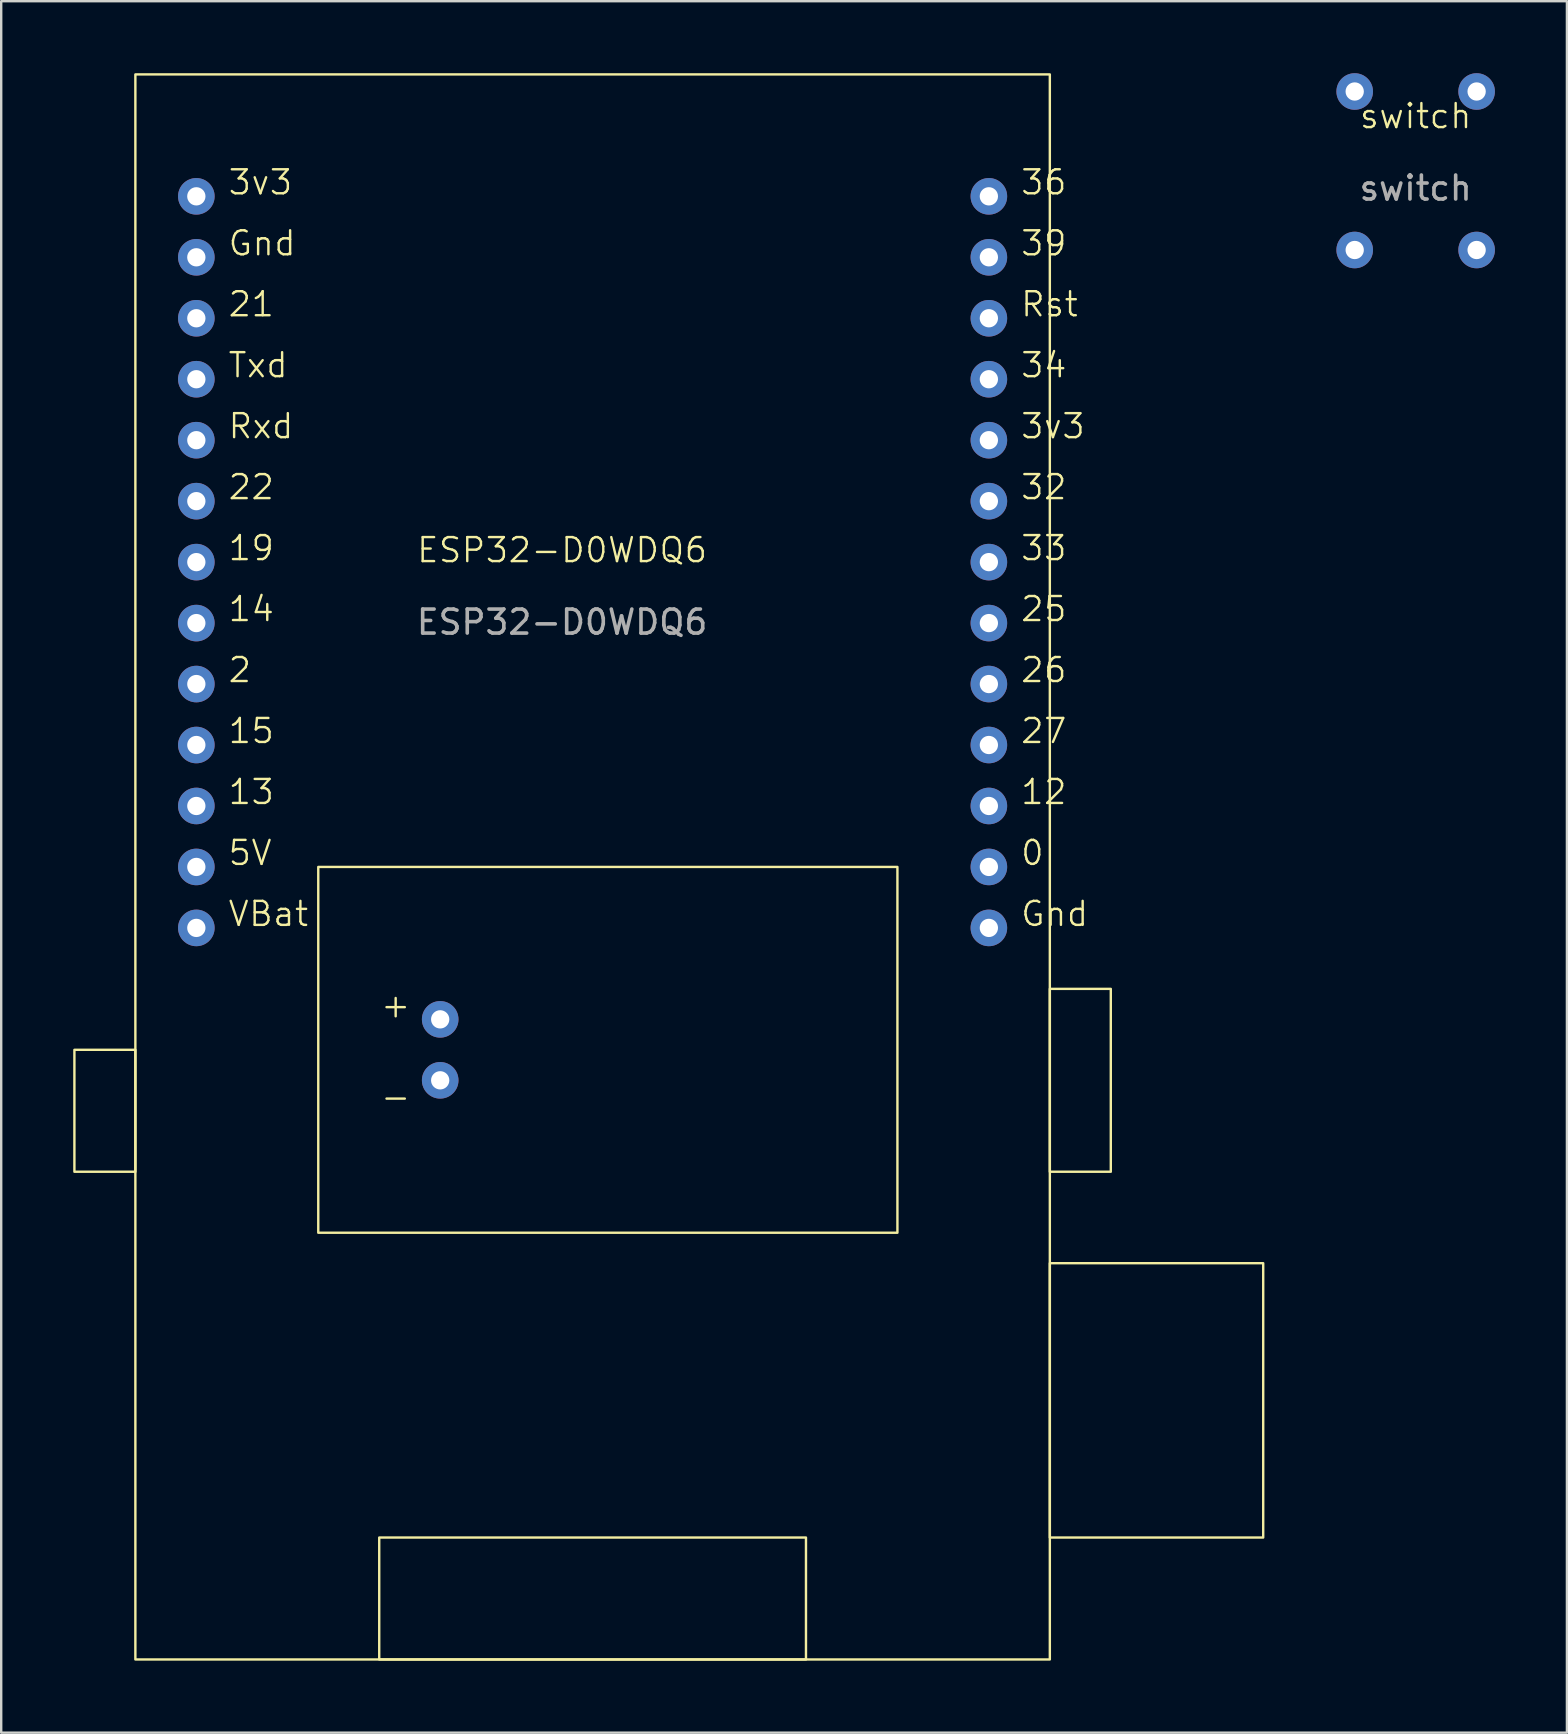
<source format=kicad_pcb>
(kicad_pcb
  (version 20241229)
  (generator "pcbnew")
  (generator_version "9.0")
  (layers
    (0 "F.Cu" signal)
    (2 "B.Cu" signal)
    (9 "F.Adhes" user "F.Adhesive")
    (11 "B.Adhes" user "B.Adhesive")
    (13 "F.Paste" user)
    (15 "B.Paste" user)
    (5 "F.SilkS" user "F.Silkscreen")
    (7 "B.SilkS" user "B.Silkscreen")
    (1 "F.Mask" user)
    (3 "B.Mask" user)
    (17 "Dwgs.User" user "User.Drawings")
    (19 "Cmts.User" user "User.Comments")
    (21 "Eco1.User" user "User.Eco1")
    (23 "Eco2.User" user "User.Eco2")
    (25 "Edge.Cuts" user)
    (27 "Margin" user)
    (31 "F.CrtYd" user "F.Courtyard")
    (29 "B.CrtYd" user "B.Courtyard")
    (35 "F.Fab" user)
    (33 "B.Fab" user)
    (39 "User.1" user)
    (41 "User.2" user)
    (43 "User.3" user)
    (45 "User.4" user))
  (footprint "switch"
    (layer "F.Cu")
    (at 55.932 2.286)
    (property "Reference" "switch" (at 0 -0.5 0) (unlocked yes) (layer "F.SilkS") (effects (font (size 1 1) (thickness 0.1))))
    (attr through_hole)
    (fp_text user "${REFERENCE}" (at 0 2.5 0) (unlocked yes) (layer "F.Fab") (effects (font (size 1 1) (thickness 0.15))))
    (pad "" thru_hole circle (at -2.54 5.08) (size 1.524 1.524) (drill 0.762) (layers "*.Cu" "*.Mask"))
    (pad "" thru_hole circle (at 2.54 5.08) (size 1.524 1.524) (drill 0.762) (layers "*.Cu" "*.Mask"))
    (pad "1" thru_hole circle (at 2.54 -1.524) (size 1.524 1.524) (drill 0.762) (layers "*.Cu" "*.Mask"))
    (pad "2" thru_hole circle (at -2.54 -1.524) (size 1.524 1.524) (drill 0.762) (layers "*.Cu" "*.Mask")))
  (footprint "ESP32-D0WDQ6"
    (layer "F.Cu")
    (at 20.37 20.37)
    (property "Reference" "ESP32-D0WDQ6" (at 0 -0.5 0) (unlocked yes) (layer "F.SilkS") (effects (font (size 1 1) (thickness 0.1))))
    (fp_rect (start -17.78 -20.32) (end 20.32 45.72) (stroke (width 0.1) (type default)) (fill no) (layer "F.SilkS"))
    (fp_rect (start -17.78 20.32) (end -20.32 25.4) (stroke (width 0.1) (type default)) (fill no) (layer "F.SilkS"))
    (fp_rect (start -10.16 12.7) (end 13.97 27.94) (stroke (width 0.1) (type default)) (fill no) (layer "F.SilkS"))
    (fp_rect (start -7.62 40.64) (end 10.16 45.72) (stroke (width 0.1) (type default)) (fill no) (layer "F.SilkS"))
    (fp_rect (start 20.32 17.78) (end 22.86 25.4) (stroke (width 0.1) (type default)) (fill no) (layer "F.SilkS"))
    (fp_rect (start 20.32 29.21) (end 29.21 40.64) (stroke (width 0.1) (type default)) (fill no) (layer "F.SilkS"))
    (fp_text user "12" (at 19.05 10.16 0) (unlocked yes) (layer "F.SilkS") (effects (font (size 1 1) (thickness 0.1)) (justify left bottom)))
    (fp_text user "Rst" (at 19.05 -10.16 0) (unlocked yes) (layer "F.SilkS") (effects (font (size 1 1) (thickness 0.1)) (justify left bottom)))
    (fp_text user "15" (at -13.97 7.62 0) (unlocked yes) (layer "F.SilkS") (effects (font (size 1 1) (thickness 0.1)) (justify left bottom)))
    (fp_text user "-" (at -7.62 22.86 0) (unlocked yes) (layer "F.SilkS") (effects (font (size 1 1) (thickness 0.1)) (justify left bottom)))
    (fp_text user "Rxd" (at -13.97 -5.08 0) (unlocked yes) (layer "F.SilkS") (effects (font (size 1 1) (thickness 0.1)) (justify left bottom)))
    (fp_text user "0" (at 19.05 12.7 0) (unlocked yes) (layer "F.SilkS") (effects (font (size 1 1) (thickness 0.1)) (justify left bottom)))
    (fp_text user "Txd" (at -13.97 -7.62 0) (unlocked yes) (layer "F.SilkS") (effects (font (size 1 1) (thickness 0.1)) (justify left bottom)))
    (fp_text user "+" (at -7.62 19.05 0) (unlocked yes) (layer "F.SilkS") (effects (font (size 1 1) (thickness 0.1)) (justify left bottom)))
    (fp_text user "27" (at 19.05 7.62 0) (unlocked yes) (layer "F.SilkS") (effects (font (size 1 1) (thickness 0.1)) (justify left bottom)))
    (fp_text user "2" (at -13.97 5.08 0) (unlocked yes) (layer "F.SilkS") (effects (font (size 1 1) (thickness 0.1)) (justify left bottom)))
    (fp_text user "Gnd" (at 19.05 15.24 0) (unlocked yes) (layer "F.SilkS") (effects (font (size 1 1) (thickness 0.1)) (justify left bottom)))
    (fp_text user "3v3" (at -13.97 -15.24 0) (unlocked yes) (layer "F.SilkS") (effects (font (size 1 1) (thickness 0.1)) (justify left bottom)))
    (fp_text user "19" (at -13.97 0 0) (unlocked yes) (layer "F.SilkS") (effects (font (size 1 1) (thickness 0.1)) (justify left bottom)))
    (fp_text user "34" (at 19.05 -7.62 0) (unlocked yes) (layer "F.SilkS") (effects (font (size 1 1) (thickness 0.1)) (justify left bottom)))
    (fp_text user "39" (at 19.05 -12.7 0) (unlocked yes) (layer "F.SilkS") (effects (font (size 1 1) (thickness 0.1)) (justify left bottom)))
    (fp_text user "3v3" (at 19.05 -5.08 0) (unlocked yes) (layer "F.SilkS") (effects (font (size 1 1) (thickness 0.1)) (justify left bottom)))
    (fp_text user "14" (at -13.97 2.54 0) (unlocked yes) (layer "F.SilkS") (effects (font (size 1 1) (thickness 0.1)) (justify left bottom)))
    (fp_text user "32" (at 19.05 -2.54 0) (unlocked yes) (layer "F.SilkS") (effects (font (size 1 1) (thickness 0.1)) (justify left bottom)))
    (fp_text user "13" (at -13.97 10.16 0) (unlocked yes) (layer "F.SilkS") (effects (font (size 1 1) (thickness 0.1)) (justify left bottom)))
    (fp_text user "VBat" (at -13.97 15.24 0) (unlocked yes) (layer "F.SilkS") (effects (font (size 1 1) (thickness 0.1)) (justify left bottom)))
    (fp_text user "36" (at 19.05 -15.24 0) (unlocked yes) (layer "F.SilkS") (effects (font (size 1 1) (thickness 0.1)) (justify left bottom)))
    (fp_text user "26" (at 19.05 5.08 0) (unlocked yes) (layer "F.SilkS") (effects (font (size 1 1) (thickness 0.1)) (justify left bottom)))
    (fp_text user "25" (at 19.05 2.54 0) (unlocked yes) (layer "F.SilkS") (effects (font (size 1 1) (thickness 0.1)) (justify left bottom)))
    (fp_text user "21" (at -13.97 -10.16 0) (unlocked yes) (layer "F.SilkS") (effects (font (size 1 1) (thickness 0.1)) (justify left bottom)))
    (fp_text user "Gnd" (at -13.97 -12.7 0) (unlocked yes) (layer "F.SilkS") (effects (font (size 1 1) (thickness 0.1)) (justify left bottom)))
    (fp_text user "22" (at -13.97 -2.54 0) (unlocked yes) (layer "F.SilkS") (effects (font (size 1 1) (thickness 0.1)) (justify left bottom)))
    (fp_text user "33" (at 19.05 0 0) (unlocked yes) (layer "F.SilkS") (effects (font (size 1 1) (thickness 0.1)) (justify left bottom)))
    (fp_text user "5V" (at -13.97 12.7 0) (unlocked yes) (layer "F.SilkS") (effects (font (size 1 1) (thickness 0.1)) (justify left bottom)))
    (fp_text user "${REFERENCE}" (at 0 2.5 0) (unlocked yes) (layer "F.Fab") (effects (font (size 1 1) (thickness 0.15))))
    (pad "0" thru_hole circle (at 17.78 12.7) (size 1.524 1.524) (drill 0.762) (layers "*.Cu" "*.Mask"))
    (pad "1" thru_hole circle (at -15.24 -15.24) (size 1.524 1.524) (drill 0.762) (layers "*.Cu" "*.Mask"))
    (pad "2" thru_hole circle (at -15.24 -12.7) (size 1.524 1.524) (drill 0.762) (layers "*.Cu" "*.Mask"))
    (pad "2" thru_hole circle (at -15.24 5.08) (size 1.524 1.524) (drill 0.762) (layers "*.Cu" "*.Mask"))
    (pad "3" thru_hole circle (at -15.24 -7.62) (size 1.524 1.524) (drill 0.762) (layers "*.Cu" "*.Mask"))
    (pad "4" thru_hole circle (at -15.24 -5.08) (size 1.524 1.524) (drill 0.762) (layers "*.Cu" "*.Mask"))
    (pad "5" thru_hole circle (at -15.24 12.7) (size 1.524 1.524) (drill 0.762) (layers "*.Cu" "*.Mask"))
    (pad "6" thru_hole circle (at -15.24 15.24) (size 1.524 1.524) (drill 0.762) (layers "*.Cu" "*.Mask"))
    (pad "7" thru_hole circle (at 17.78 -10.16) (size 1.524 1.524) (drill 0.762) (layers "*.Cu" "*.Mask"))
    (pad "8" thru_hole circle (at 17.78 -5.08) (size 1.524 1.524) (drill 0.762) (layers "*.Cu" "*.Mask"))
    (pad "9" thru_hole circle (at 17.78 15.24) (size 1.524 1.524) (drill 0.762) (layers "*.Cu" "*.Mask"))
    (pad "12" thru_hole circle (at 17.78 10.16) (size 1.524 1.524) (drill 0.762) (layers "*.Cu" "*.Mask"))
    (pad "13" thru_hole circle (at -15.24 10.16) (size 1.524 1.524) (drill 0.762) (layers "*.Cu" "*.Mask"))
    (pad "14" thru_hole circle (at -15.24 2.54) (size 1.524 1.524) (drill 0.762) (layers "*.Cu" "*.Mask"))
    (pad "15" thru_hole circle (at -15.24 7.62) (size 1.524 1.524) (drill 0.762) (layers "*.Cu" "*.Mask"))
    (pad "19" thru_hole circle (at -15.24 0) (size 1.524 1.524) (drill 0.762) (layers "*.Cu" "*.Mask"))
    (pad "21" thru_hole circle (at -15.24 -10.16) (size 1.524 1.524) (drill 0.762) (layers "*.Cu" "*.Mask"))
    (pad "22" thru_hole circle (at -15.24 -2.54) (size 1.524 1.524) (drill 0.762) (layers "*.Cu" "*.Mask"))
    (pad "25" thru_hole circle (at 17.78 2.54) (size 1.524 1.524) (drill 0.762) (layers "*.Cu" "*.Mask"))
    (pad "26" thru_hole circle (at 17.78 5.08) (size 1.524 1.524) (drill 0.762) (layers "*.Cu" "*.Mask"))
    (pad "27" thru_hole circle (at 17.78 7.62) (size 1.524 1.524) (drill 0.762) (layers "*.Cu" "*.Mask"))
    (pad "32" thru_hole circle (at 17.78 -2.54) (size 1.524 1.524) (drill 0.762) (layers "*.Cu" "*.Mask"))
    (pad "33" thru_hole circle (at 17.78 0) (size 1.524 1.524) (drill 0.762) (layers "*.Cu" "*.Mask"))
    (pad "34" thru_hole circle (at 17.78 -7.62) (size 1.524 1.524) (drill 0.762) (layers "*.Cu" "*.Mask"))
    (pad "36" thru_hole circle (at 17.78 -15.24) (size 1.524 1.524) (drill 0.762) (layers "*.Cu" "*.Mask"))
    (pad "39" thru_hole circle (at 17.78 -12.7) (size 1.524 1.524) (drill 0.762) (layers "*.Cu" "*.Mask"))
    (pad "40" thru_hole circle (at -5.08 19.05) (size 1.524 1.524) (drill 0.762) (layers "*.Cu" "*.Mask"))
    (pad "41" thru_hole circle (at -5.08 21.59) (size 1.524 1.524) (drill 0.762) (layers "*.Cu" "*.Mask")))
  (gr_rect
    (start -3 -3)
    (end 62.234 69.14)
    (stroke (width 0.1) (type default))
    (fill no)
    (layer "Edge.Cuts")))
</source>
